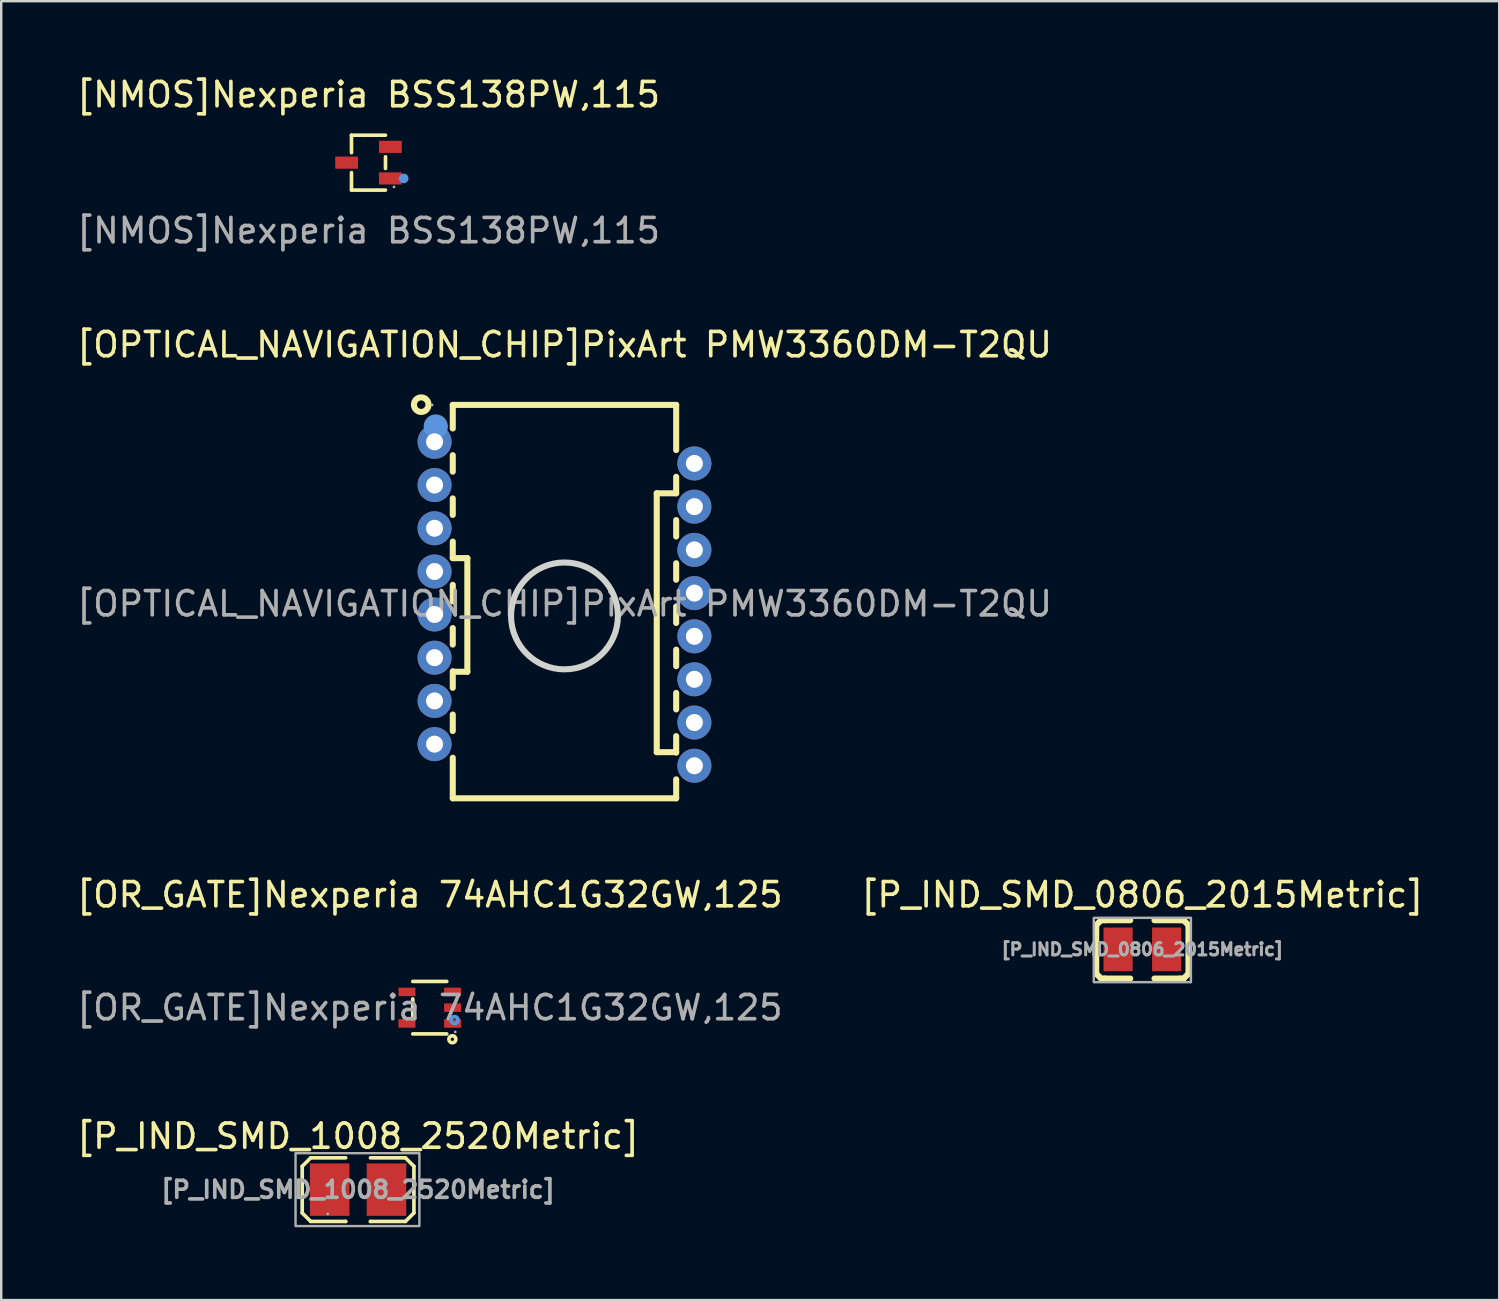
<source format=kicad_pcb>
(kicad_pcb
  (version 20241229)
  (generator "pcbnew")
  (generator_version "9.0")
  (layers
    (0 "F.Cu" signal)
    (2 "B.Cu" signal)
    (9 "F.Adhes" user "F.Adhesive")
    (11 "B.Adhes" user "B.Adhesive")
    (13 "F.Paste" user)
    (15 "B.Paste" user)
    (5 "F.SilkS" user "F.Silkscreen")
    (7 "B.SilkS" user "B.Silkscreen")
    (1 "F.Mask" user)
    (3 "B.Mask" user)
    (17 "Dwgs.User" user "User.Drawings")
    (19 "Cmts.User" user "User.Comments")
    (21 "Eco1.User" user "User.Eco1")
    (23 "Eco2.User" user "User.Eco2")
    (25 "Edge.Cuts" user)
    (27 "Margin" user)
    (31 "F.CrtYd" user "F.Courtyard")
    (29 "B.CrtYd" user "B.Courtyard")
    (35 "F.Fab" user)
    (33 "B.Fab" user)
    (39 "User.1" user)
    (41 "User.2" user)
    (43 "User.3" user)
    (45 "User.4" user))
  (footprint "[OR_GATE]Nexperia 74AHC1G32GW,125"
    (layer "F.Cu")
    (at 14.649 38.448)
    (property "Reference" "[OR_GATE]Nexperia 74AHC1G32GW,125" (at 0 -4.65 0) (layer "F.SilkS") (effects (font (size 1 1) (thickness 0.15))))
    (attr smd)
    (fp_line (start -0.7 0.36) (end -0.7 -0.36) (stroke (width 0.15) (type solid)) (layer "F.SilkS"))
    (fp_line (start 0.7 -1.08) (end -0.7 -1.08) (stroke (width 0.15) (type solid)) (layer "F.SilkS"))
    (fp_line (start 0.7 1.08) (end -0.7 1.08) (stroke (width 0.15) (type solid)) (layer "F.SilkS"))
    (fp_circle (center 0.93 1.3) (end 1 1.3) (stroke (width 0.15) (type solid)) (fill no) (layer "F.SilkS"))
    (fp_circle (center 1.02 0.51) (end 1.09 0.51) (stroke (width 0.15) (type solid)) (fill no) (layer "Cmts.User"))
    (fp_circle (center 1.05 1) (end 1.08 1) (stroke (width 0.06) (type solid)) (fill no) (layer "F.Fab"))
    (fp_text user "${REFERENCE}" (at 0 0 0) (layer "F.Fab") (effects (font (size 1 1) (thickness 0.15))))
    (pad "1" smd rect (at 0.94 0.65 90) (size 0.35 0.7) (layers "F.Cu" "F.Mask" "F.Paste"))
    (pad "2" smd rect (at 0.94 0 90) (size 0.35 0.7) (layers "F.Cu" "F.Mask" "F.Paste"))
    (pad "3" smd rect (at 0.94 -0.65 90) (size 0.35 0.7) (layers "F.Cu" "F.Mask" "F.Paste"))
    (pad "4" smd rect (at -0.94 -0.65 90) (size 0.35 0.7) (layers "F.Cu" "F.Mask" "F.Paste"))
    (pad "5" smd rect (at -0.94 0.65 90) (size 0.35 0.7) (layers "F.Cu" "F.Mask" "F.Paste")))
  (footprint "[P_IND_SMD_0806_2015Metric]"
    (layer "F.Cu")
    (at 43.994 36.048)
    (property "Reference" "[P_IND_SMD_0806_2015Metric]" (at 0 -2.25 0) (layer "F.SilkS") (effects (font (size 1 1) (thickness 0.15))))
    (attr smd)
    (fp_line (start -1.9 -1) (end -1.9 1) (stroke (width 0.25) (type solid)) (layer "F.SilkS"))
    (fp_line (start -1.7 -1.2) (end -1.9 -1) (stroke (width 0.25) (type solid)) (layer "F.SilkS"))
    (fp_line (start -1.7 1.2) (end -1.9 1) (stroke (width 0.25) (type solid)) (layer "F.SilkS"))
    (fp_line (start -1.55 -1.2) (end -1.7 -1.2) (stroke (width 0.25) (type solid)) (layer "F.SilkS"))
    (fp_line (start -1.55 1.2) (end -1.7 1.2) (stroke (width 0.25) (type solid)) (layer "F.SilkS"))
    (fp_line (start -0.5 -1.2) (end -1.55 -1.2) (stroke (width 0.25) (type solid)) (layer "F.SilkS"))
    (fp_line (start -0.5 1.2) (end -1.55 1.2) (stroke (width 0.25) (type solid)) (layer "F.SilkS"))
    (fp_line (start 0.5 -1.2) (end 1.55 -1.2) (stroke (width 0.25) (type solid)) (layer "F.SilkS"))
    (fp_line (start 0.5 1.2) (end 1.55 1.2) (stroke (width 0.25) (type solid)) (layer "F.SilkS"))
    (fp_line (start 1.55 -1.2) (end 1.7 -1.2) (stroke (width 0.25) (type solid)) (layer "F.SilkS"))
    (fp_line (start 1.55 1.2) (end 1.7 1.2) (stroke (width 0.25) (type solid)) (layer "F.SilkS"))
    (fp_line (start 1.7 -1.2) (end 1.9 -1) (stroke (width 0.25) (type solid)) (layer "F.SilkS"))
    (fp_line (start 1.7 1.2) (end 1.9 1) (stroke (width 0.25) (type solid)) (layer "F.SilkS"))
    (fp_line (start 1.9 -1) (end 1.9 1) (stroke (width 0.25) (type solid)) (layer "F.SilkS"))
    (fp_rect (start -2 -1.3) (end 2 1.35) (stroke (width 0.1) (type default)) (fill no) (layer "F.Fab"))
    (fp_text user "${REFERENCE}" (at 0 0 0) (layer "F.Fab") (effects (font (size 0.5 0.5) (thickness 0.125))))
    (pad "1" smd rect (at -1 0) (size 1.2 1.8) (layers "F.Cu" "F.Mask" "F.Paste"))
    (pad "2" smd rect (at 1 0) (size 1.2 1.8) (layers "F.Cu" "F.Mask" "F.Paste")))
  (footprint "[NMOS]Nexperia BSS138PW,115"
    (layer "F.Cu")
    (at 12.125 3.648)
    (property "Reference" "[NMOS]Nexperia BSS138PW,115" (at 0 -2.8 0) (layer "F.SilkS") (effects (font (size 1 1) (thickness 0.15))))
    (attr smd)
    (fp_line (start -0.7 -1.13) (end -0.7 -0.41) (stroke (width 0.15) (type solid)) (layer "F.SilkS"))
    (fp_line (start -0.7 1.13) (end -0.7 0.41) (stroke (width 0.15) (type solid)) (layer "F.SilkS"))
    (fp_line (start 0.7 -1.13) (end -0.7 -1.13) (stroke (width 0.15) (type solid)) (layer "F.SilkS"))
    (fp_line (start 0.7 -0.24) (end 0.7 0.24) (stroke (width 0.15) (type solid)) (layer "F.SilkS"))
    (fp_line (start 0.7 1.13) (end -0.7 1.13) (stroke (width 0.15) (type solid)) (layer "F.SilkS"))
    (fp_circle (center 1.45 0.65) (end 1.55 0.65) (stroke (width 0.2) (type solid)) (fill no) (layer "Cmts.User"))
    (fp_circle (center 1.05 1) (end 1.08 1) (stroke (width 0.06) (type solid)) (fill no) (layer "F.Fab"))
    (fp_text user "${REFERENCE}" (at 0 2.8 0) (layer "F.Fab") (effects (font (size 1 1) (thickness 0.15))))
    (pad "1" smd rect (at 0.9 0.65) (size 0.94 0.5) (layers "F.Cu" "F.Mask" "F.Paste"))
    (pad "2" smd rect (at 0.9 -0.65) (size 0.94 0.5) (layers "F.Cu" "F.Mask" "F.Paste"))
    (pad "3" smd rect (at -0.9 0) (size 0.94 0.5) (layers "F.Cu" "F.Mask" "F.Paste")))
  (footprint "[P_IND_SMD_1008_2520Metric]"
    (layer "F.Cu")
    (at 11.696 45.941)
    (property "Reference" "[P_IND_SMD_1008_2520Metric]" (at 0 -2.2 0) (layer "F.SilkS") (effects (font (size 1 1) (thickness 0.15))))
    (attr smd)
    (fp_line (start -2.3 -0.96) (end -1.95 -1.31) (stroke (width 0.15) (type solid)) (layer "F.SilkS"))
    (fp_line (start -2.3 0.96) (end -2.3 -0.96) (stroke (width 0.15) (type solid)) (layer "F.SilkS"))
    (fp_line (start -1.95 -1.31) (end -0.51 -1.31) (stroke (width 0.15) (type solid)) (layer "F.SilkS"))
    (fp_line (start -1.95 1.31) (end -2.3 0.96) (stroke (width 0.15) (type solid)) (layer "F.SilkS"))
    (fp_line (start -0.51 1.31) (end -1.95 1.31) (stroke (width 0.15) (type solid)) (layer "F.SilkS"))
    (fp_line (start -0.51 1.31) (end -0.51 1.31) (stroke (width 0.15) (type solid)) (layer "F.SilkS"))
    (fp_line (start 0.51 1.31) (end 0.51 1.31) (stroke (width 0.15) (type solid)) (layer "F.SilkS"))
    (fp_line (start 0.51 1.31) (end 1.95 1.31) (stroke (width 0.15) (type solid)) (layer "F.SilkS"))
    (fp_line (start 1.95 -1.31) (end 0.51 -1.31) (stroke (width 0.15) (type solid)) (layer "F.SilkS"))
    (fp_line (start 1.95 1.31) (end 2.3 0.96) (stroke (width 0.15) (type solid)) (layer "F.SilkS"))
    (fp_line (start 2.3 -0.96) (end 1.95 -1.31) (stroke (width 0.15) (type solid)) (layer "F.SilkS"))
    (fp_line (start 2.3 0.96) (end 2.3 -0.96) (stroke (width 0.15) (type solid)) (layer "F.SilkS"))
    (fp_rect (start -2.575 -1.5) (end 2.525 1.5) (stroke (width 0.1) (type solid)) (fill no) (layer "F.Fab"))
    (fp_circle (center -1.25 1) (end -1.22 1) (stroke (width 0.06) (type solid)) (fill no) (layer "F.Fab"))
    (fp_text user "${REFERENCE}" (at 0 0 0) (layer "F.Fab") (effects (font (size 0.7 0.7) (thickness 0.15))))
    (pad "1" smd rect (at -1.17 0) (size 1.63 2.16) (layers "F.Cu" "F.Mask" "F.Paste"))
    (pad "2" smd rect (at 1.17 0) (size 1.63 2.16) (layers "F.Cu" "F.Mask" "F.Paste")))
  (footprint "[OPTICAL_NAVIGATION_CHIP]PixArt PMW3360DM-T2QU"
    (layer "F.Cu")
    (at 20.196 21.815)
    (property "Reference" "[OPTICAL_NAVIGATION_CHIP]PixArt PMW3360DM-T2QU" (at 0 -10.67 0) (layer "F.SilkS") (effects (font (size 1 1) (thickness 0.15))))
    (attr smd)
    (fp_line (start -4.6 -8.19) (end -4.6 -7.22) (stroke (width 0.25) (type solid)) (layer "F.SilkS"))
    (fp_line (start -4.6 -6.12) (end -4.6 -5.44) (stroke (width 0.25) (type solid)) (layer "F.SilkS"))
    (fp_line (start -4.6 -4.34) (end -4.6 -3.66) (stroke (width 0.25) (type solid)) (layer "F.SilkS"))
    (fp_line (start -4.6 -2.56) (end -4.6 -1.88) (stroke (width 0.25) (type solid)) (layer "F.SilkS"))
    (fp_line (start -4.6 -1.88) (end -4 -1.88) (stroke (width 0.25) (type solid)) (layer "F.SilkS"))
    (fp_line (start -4.6 -0.78) (end -4.6 -0.1) (stroke (width 0.25) (type solid)) (layer "F.SilkS"))
    (fp_line (start -4.6 1) (end -4.6 1.68) (stroke (width 0.25) (type solid)) (layer "F.SilkS"))
    (fp_line (start -4.6 2.78) (end -4.6 3.46) (stroke (width 0.25) (type solid)) (layer "F.SilkS"))
    (fp_line (start -4.6 4.56) (end -4.6 5.24) (stroke (width 0.25) (type solid)) (layer "F.SilkS"))
    (fp_line (start -4.6 6.34) (end -4.6 8.01) (stroke (width 0.25) (type solid)) (layer "F.SilkS"))
    (fp_line (start -4.6 8.01) (end 4.6 8.01) (stroke (width 0.25) (type solid)) (layer "F.SilkS"))
    (fp_line (start -4 -1.88) (end -4 2.8) (stroke (width 0.25) (type solid)) (layer "F.SilkS"))
    (fp_line (start -4 2.8) (end -4.58 2.8) (stroke (width 0.25) (type solid)) (layer "F.SilkS"))
    (fp_line (start 3.8 -4.55) (end 3.8 6.11) (stroke (width 0.25) (type solid)) (layer "F.SilkS"))
    (fp_line (start 3.8 6.11) (end 4.6 6.11) (stroke (width 0.25) (type solid)) (layer "F.SilkS"))
    (fp_line (start 4.6 -8.19) (end -4.6 -8.19) (stroke (width 0.25) (type solid)) (layer "F.SilkS"))
    (fp_line (start 4.6 -6.33) (end 4.6 -8.19) (stroke (width 0.25) (type solid)) (layer "F.SilkS"))
    (fp_line (start 4.6 -4.55) (end 3.8 -4.55) (stroke (width 0.25) (type solid)) (layer "F.SilkS"))
    (fp_line (start 4.6 -4.55) (end 4.6 -5.23) (stroke (width 0.25) (type solid)) (layer "F.SilkS"))
    (fp_line (start 4.6 -2.77) (end 4.6 -3.45) (stroke (width 0.25) (type solid)) (layer "F.SilkS"))
    (fp_line (start 4.6 -0.99) (end 4.6 -1.67) (stroke (width 0.25) (type solid)) (layer "F.SilkS"))
    (fp_line (start 4.6 0.79) (end 4.6 0.11) (stroke (width 0.25) (type solid)) (layer "F.SilkS"))
    (fp_line (start 4.6 2.57) (end 4.6 1.89) (stroke (width 0.25) (type solid)) (layer "F.SilkS"))
    (fp_line (start 4.6 4.35) (end 4.6 3.67) (stroke (width 0.25) (type solid)) (layer "F.SilkS"))
    (fp_line (start 4.6 6.13) (end 4.6 5.45) (stroke (width 0.25) (type solid)) (layer "F.SilkS"))
    (fp_line (start 4.6 8.01) (end 4.6 7.23) (stroke (width 0.25) (type solid)) (layer "F.SilkS"))
    (fp_circle (center -5.9 -8.2) (end -5.6 -8.2) (stroke (width 0.25) (type solid)) (fill no) (layer "F.SilkS"))
    (fp_circle (center -5.3 -7.3) (end -5.05 -7.3) (stroke (width 0.5) (type solid)) (fill no) (layer "Cmts.User"))
    (fp_circle (center 0 0.5) (end 2.2 0.5) (stroke (width 0.25) (type solid)) (fill no) (layer "Edge.Cuts"))
    (fp_circle (center -5.45 -8.19) (end -5.42 -8.19) (stroke (width 0.06) (type solid)) (fill no) (layer "F.Fab"))
    (fp_text user "${REFERENCE}" (at 0 0 0) (layer "F.Fab") (effects (font (size 1 1) (thickness 0.15))))
    (pad "1" thru_hole circle (at -5.35 -6.67) (size 1.4 1.4) (drill 0.7) (layers "*.Cu" "*.Mask"))
    (pad "2" thru_hole circle (at -5.35 -4.89) (size 1.4 1.4) (drill 0.7) (layers "*.Cu" "*.Mask"))
    (pad "3" thru_hole circle (at -5.35 -3.11) (size 1.4 1.4) (drill 0.7) (layers "*.Cu" "*.Mask"))
    (pad "4" thru_hole circle (at -5.35 -1.33) (size 1.4 1.4) (drill 0.7) (layers "*.Cu" "*.Mask"))
    (pad "5" thru_hole circle (at -5.35 0.44) (size 1.4 1.4) (drill 0.7) (layers "*.Cu" "*.Mask"))
    (pad "6" thru_hole circle (at -5.35 2.22) (size 1.4 1.4) (drill 0.7) (layers "*.Cu" "*.Mask"))
    (pad "7" thru_hole circle (at -5.35 4) (size 1.4 1.4) (drill 0.7) (layers "*.Cu" "*.Mask"))
    (pad "8" thru_hole circle (at -5.35 5.78) (size 1.4 1.4) (drill 0.7) (layers "*.Cu" "*.Mask"))
    (pad "9" thru_hole circle (at 5.35 6.67) (size 1.4 1.4) (drill 0.7) (layers "*.Cu" "*.Mask"))
    (pad "10" thru_hole circle (at 5.35 4.89) (size 1.4 1.4) (drill 0.7) (layers "*.Cu" "*.Mask"))
    (pad "11" thru_hole circle (at 5.35 3.11) (size 1.4 1.4) (drill 0.7) (layers "*.Cu" "*.Mask"))
    (pad "12" thru_hole circle (at 5.35 1.34) (size 1.4 1.4) (drill 0.7) (layers "*.Cu" "*.Mask"))
    (pad "13" thru_hole circle (at 5.35 -0.44) (size 1.4 1.4) (drill 0.7) (layers "*.Cu" "*.Mask"))
    (pad "14" thru_hole circle (at 5.35 -2.22) (size 1.4 1.4) (drill 0.7) (layers "*.Cu" "*.Mask"))
    (pad "15" thru_hole circle (at 5.35 -4) (size 1.4 1.4) (drill 0.7) (layers "*.Cu" "*.Mask"))
    (pad "16" thru_hole circle (at 5.35 -5.78) (size 1.4 1.4) (drill 0.7) (layers "*.Cu" "*.Mask")))
  (gr_rect
    (start -3 -3)
    (end 58.69 50.491)
    (stroke (width 0.1) (type default))
    (fill no)
    (layer "Edge.Cuts")))
</source>
